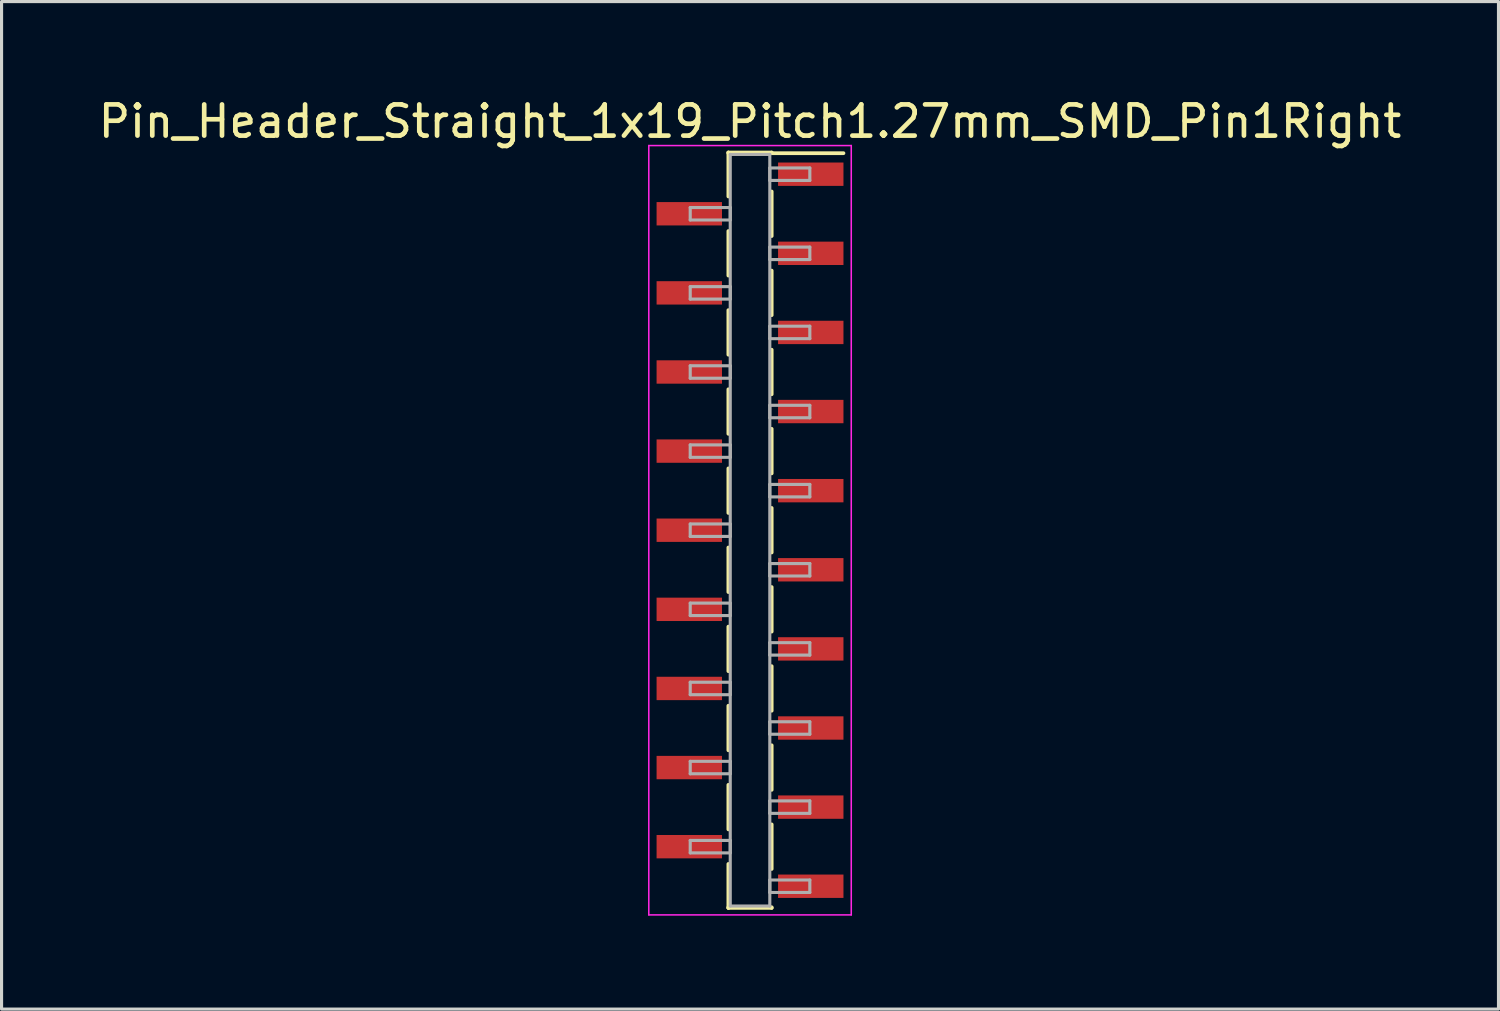
<source format=kicad_pcb>
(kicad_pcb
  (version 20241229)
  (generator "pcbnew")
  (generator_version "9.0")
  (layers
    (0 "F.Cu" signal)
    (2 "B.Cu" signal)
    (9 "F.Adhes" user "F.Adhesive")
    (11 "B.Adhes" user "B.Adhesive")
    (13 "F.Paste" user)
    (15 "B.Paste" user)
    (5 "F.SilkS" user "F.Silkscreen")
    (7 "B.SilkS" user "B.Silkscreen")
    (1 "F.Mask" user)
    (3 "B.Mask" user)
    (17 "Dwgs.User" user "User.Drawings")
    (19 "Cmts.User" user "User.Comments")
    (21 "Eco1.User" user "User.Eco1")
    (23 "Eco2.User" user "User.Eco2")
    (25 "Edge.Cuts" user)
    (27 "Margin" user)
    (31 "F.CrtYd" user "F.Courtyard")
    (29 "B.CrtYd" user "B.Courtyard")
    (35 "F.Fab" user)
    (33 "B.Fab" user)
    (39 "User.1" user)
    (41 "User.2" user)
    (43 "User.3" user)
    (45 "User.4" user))
  (footprint "Pin_Header_Straight_1x19_Pitch1.27mm_SMD_Pin1Right"
    (layer "F.Cu")
    (at 21.03 13.973)
    (property "Reference" "Pin_Header_Straight_1x19_Pitch1.27mm_SMD_Pin1Right" (at 0 -13.125 0) (layer "F.SilkS") (effects (font (size 1 1) (thickness 0.15))))
    (attr smd)
    (fp_line (start -0.695 -12.125) (end -0.695 -10.715) (stroke (width 0.12) (type solid)) (layer "F.SilkS"))
    (fp_line (start -0.695 -12.125) (end 0.695 -12.125) (stroke (width 0.12) (type solid)) (layer "F.SilkS"))
    (fp_line (start -0.695 -12.105) (end -0.695 -12.125) (stroke (width 0.12) (type solid)) (layer "F.SilkS"))
    (fp_line (start -0.695 -9.605) (end -0.695 -8.175) (stroke (width 0.12) (type solid)) (layer "F.SilkS"))
    (fp_line (start -0.695 -7.065) (end -0.695 -5.635) (stroke (width 0.12) (type solid)) (layer "F.SilkS"))
    (fp_line (start -0.695 -4.525) (end -0.695 -3.095) (stroke (width 0.12) (type solid)) (layer "F.SilkS"))
    (fp_line (start -0.695 -1.985) (end -0.695 -0.555) (stroke (width 0.12) (type solid)) (layer "F.SilkS"))
    (fp_line (start -0.695 0.555) (end -0.695 1.985) (stroke (width 0.12) (type solid)) (layer "F.SilkS"))
    (fp_line (start -0.695 3.095) (end -0.695 4.525) (stroke (width 0.12) (type solid)) (layer "F.SilkS"))
    (fp_line (start -0.695 5.635) (end -0.695 7.065) (stroke (width 0.12) (type solid)) (layer "F.SilkS"))
    (fp_line (start -0.695 8.175) (end -0.695 9.605) (stroke (width 0.12) (type solid)) (layer "F.SilkS"))
    (fp_line (start -0.695 10.715) (end -0.695 12.125) (stroke (width 0.12) (type solid)) (layer "F.SilkS"))
    (fp_line (start -0.695 12.105) (end -0.695 12.125) (stroke (width 0.12) (type solid)) (layer "F.SilkS"))
    (fp_line (start -0.695 12.125) (end 0.695 12.125) (stroke (width 0.12) (type solid)) (layer "F.SilkS"))
    (fp_line (start 0.695 -12.125) (end 0.695 -12.105) (stroke (width 0.12) (type solid)) (layer "F.SilkS"))
    (fp_line (start 0.695 -12.105) (end 3 -12.105) (stroke (width 0.12) (type solid)) (layer "F.SilkS"))
    (fp_line (start 0.695 -10.875) (end 0.695 -9.445) (stroke (width 0.12) (type solid)) (layer "F.SilkS"))
    (fp_line (start 0.695 -8.335) (end 0.695 -6.905) (stroke (width 0.12) (type solid)) (layer "F.SilkS"))
    (fp_line (start 0.695 -5.795) (end 0.695 -4.365) (stroke (width 0.12) (type solid)) (layer "F.SilkS"))
    (fp_line (start 0.695 -3.255) (end 0.695 -1.825) (stroke (width 0.12) (type solid)) (layer "F.SilkS"))
    (fp_line (start 0.695 -0.715) (end 0.695 0.715) (stroke (width 0.12) (type solid)) (layer "F.SilkS"))
    (fp_line (start 0.695 1.825) (end 0.695 3.255) (stroke (width 0.12) (type solid)) (layer "F.SilkS"))
    (fp_line (start 0.695 4.365) (end 0.695 5.795) (stroke (width 0.12) (type solid)) (layer "F.SilkS"))
    (fp_line (start 0.695 6.905) (end 0.695 8.335) (stroke (width 0.12) (type solid)) (layer "F.SilkS"))
    (fp_line (start 0.695 9.445) (end 0.695 10.875) (stroke (width 0.12) (type solid)) (layer "F.SilkS"))
    (fp_line (start 0.695 12.125) (end 0.695 12.105) (stroke (width 0.12) (type solid)) (layer "F.SilkS"))
    (fp_line (start -3.25 -12.35) (end -3.25 12.35) (stroke (width 0.05) (type solid)) (layer "F.CrtYd"))
    (fp_line (start -3.25 12.35) (end 3.25 12.35) (stroke (width 0.05) (type solid)) (layer "F.CrtYd"))
    (fp_line (start 3.25 -12.35) (end -3.25 -12.35) (stroke (width 0.05) (type solid)) (layer "F.CrtYd"))
    (fp_line (start 3.25 12.35) (end 3.25 -12.35) (stroke (width 0.05) (type solid)) (layer "F.CrtYd"))
    (fp_line (start -1.92 -10.36) (end -0.635 -10.36) (stroke (width 0.1) (type solid)) (layer "F.Fab"))
    (fp_line (start -1.92 -9.96) (end -1.92 -10.36) (stroke (width 0.1) (type solid)) (layer "F.Fab"))
    (fp_line (start -1.92 -7.82) (end -0.635 -7.82) (stroke (width 0.1) (type solid)) (layer "F.Fab"))
    (fp_line (start -1.92 -7.42) (end -1.92 -7.82) (stroke (width 0.1) (type solid)) (layer "F.Fab"))
    (fp_line (start -1.92 -5.28) (end -0.635 -5.28) (stroke (width 0.1) (type solid)) (layer "F.Fab"))
    (fp_line (start -1.92 -4.88) (end -1.92 -5.28) (stroke (width 0.1) (type solid)) (layer "F.Fab"))
    (fp_line (start -1.92 -2.74) (end -0.635 -2.74) (stroke (width 0.1) (type solid)) (layer "F.Fab"))
    (fp_line (start -1.92 -2.34) (end -1.92 -2.74) (stroke (width 0.1) (type solid)) (layer "F.Fab"))
    (fp_line (start -1.92 -0.2) (end -0.635 -0.2) (stroke (width 0.1) (type solid)) (layer "F.Fab"))
    (fp_line (start -1.92 0.2) (end -1.92 -0.2) (stroke (width 0.1) (type solid)) (layer "F.Fab"))
    (fp_line (start -1.92 2.34) (end -0.635 2.34) (stroke (width 0.1) (type solid)) (layer "F.Fab"))
    (fp_line (start -1.92 2.74) (end -1.92 2.34) (stroke (width 0.1) (type solid)) (layer "F.Fab"))
    (fp_line (start -1.92 4.88) (end -0.635 4.88) (stroke (width 0.1) (type solid)) (layer "F.Fab"))
    (fp_line (start -1.92 5.28) (end -1.92 4.88) (stroke (width 0.1) (type solid)) (layer "F.Fab"))
    (fp_line (start -1.92 7.42) (end -0.635 7.42) (stroke (width 0.1) (type solid)) (layer "F.Fab"))
    (fp_line (start -1.92 7.82) (end -1.92 7.42) (stroke (width 0.1) (type solid)) (layer "F.Fab"))
    (fp_line (start -1.92 9.96) (end -0.635 9.96) (stroke (width 0.1) (type solid)) (layer "F.Fab"))
    (fp_line (start -1.92 10.36) (end -1.92 9.96) (stroke (width 0.1) (type solid)) (layer "F.Fab"))
    (fp_line (start -0.635 -12.065) (end -0.635 12.065) (stroke (width 0.1) (type solid)) (layer "F.Fab"))
    (fp_line (start -0.635 -10.36) (end -0.635 -9.96) (stroke (width 0.1) (type solid)) (layer "F.Fab"))
    (fp_line (start -0.635 -9.96) (end -1.92 -9.96) (stroke (width 0.1) (type solid)) (layer "F.Fab"))
    (fp_line (start -0.635 -7.82) (end -0.635 -7.42) (stroke (width 0.1) (type solid)) (layer "F.Fab"))
    (fp_line (start -0.635 -7.42) (end -1.92 -7.42) (stroke (width 0.1) (type solid)) (layer "F.Fab"))
    (fp_line (start -0.635 -5.28) (end -0.635 -4.88) (stroke (width 0.1) (type solid)) (layer "F.Fab"))
    (fp_line (start -0.635 -4.88) (end -1.92 -4.88) (stroke (width 0.1) (type solid)) (layer "F.Fab"))
    (fp_line (start -0.635 -2.74) (end -0.635 -2.34) (stroke (width 0.1) (type solid)) (layer "F.Fab"))
    (fp_line (start -0.635 -2.34) (end -1.92 -2.34) (stroke (width 0.1) (type solid)) (layer "F.Fab"))
    (fp_line (start -0.635 -0.2) (end -0.635 0.2) (stroke (width 0.1) (type solid)) (layer "F.Fab"))
    (fp_line (start -0.635 0.2) (end -1.92 0.2) (stroke (width 0.1) (type solid)) (layer "F.Fab"))
    (fp_line (start -0.635 2.34) (end -0.635 2.74) (stroke (width 0.1) (type solid)) (layer "F.Fab"))
    (fp_line (start -0.635 2.74) (end -1.92 2.74) (stroke (width 0.1) (type solid)) (layer "F.Fab"))
    (fp_line (start -0.635 4.88) (end -0.635 5.28) (stroke (width 0.1) (type solid)) (layer "F.Fab"))
    (fp_line (start -0.635 5.28) (end -1.92 5.28) (stroke (width 0.1) (type solid)) (layer "F.Fab"))
    (fp_line (start -0.635 7.42) (end -0.635 7.82) (stroke (width 0.1) (type solid)) (layer "F.Fab"))
    (fp_line (start -0.635 7.82) (end -1.92 7.82) (stroke (width 0.1) (type solid)) (layer "F.Fab"))
    (fp_line (start -0.635 9.96) (end -0.635 10.36) (stroke (width 0.1) (type solid)) (layer "F.Fab"))
    (fp_line (start -0.635 10.36) (end -1.92 10.36) (stroke (width 0.1) (type solid)) (layer "F.Fab"))
    (fp_line (start -0.635 12.065) (end 0.635 12.065) (stroke (width 0.1) (type solid)) (layer "F.Fab"))
    (fp_line (start 0.635 -12.065) (end -0.635 -12.065) (stroke (width 0.1) (type solid)) (layer "F.Fab"))
    (fp_line (start 0.635 -11.63) (end 0.635 -11.23) (stroke (width 0.1) (type solid)) (layer "F.Fab"))
    (fp_line (start 0.635 -11.23) (end 1.92 -11.23) (stroke (width 0.1) (type solid)) (layer "F.Fab"))
    (fp_line (start 0.635 -9.09) (end 0.635 -8.69) (stroke (width 0.1) (type solid)) (layer "F.Fab"))
    (fp_line (start 0.635 -8.69) (end 1.92 -8.69) (stroke (width 0.1) (type solid)) (layer "F.Fab"))
    (fp_line (start 0.635 -6.55) (end 0.635 -6.15) (stroke (width 0.1) (type solid)) (layer "F.Fab"))
    (fp_line (start 0.635 -6.15) (end 1.92 -6.15) (stroke (width 0.1) (type solid)) (layer "F.Fab"))
    (fp_line (start 0.635 -4.01) (end 0.635 -3.61) (stroke (width 0.1) (type solid)) (layer "F.Fab"))
    (fp_line (start 0.635 -3.61) (end 1.92 -3.61) (stroke (width 0.1) (type solid)) (layer "F.Fab"))
    (fp_line (start 0.635 -1.47) (end 0.635 -1.07) (stroke (width 0.1) (type solid)) (layer "F.Fab"))
    (fp_line (start 0.635 -1.07) (end 1.92 -1.07) (stroke (width 0.1) (type solid)) (layer "F.Fab"))
    (fp_line (start 0.635 1.07) (end 0.635 1.47) (stroke (width 0.1) (type solid)) (layer "F.Fab"))
    (fp_line (start 0.635 1.47) (end 1.92 1.47) (stroke (width 0.1) (type solid)) (layer "F.Fab"))
    (fp_line (start 0.635 3.61) (end 0.635 4.01) (stroke (width 0.1) (type solid)) (layer "F.Fab"))
    (fp_line (start 0.635 4.01) (end 1.92 4.01) (stroke (width 0.1) (type solid)) (layer "F.Fab"))
    (fp_line (start 0.635 6.15) (end 0.635 6.55) (stroke (width 0.1) (type solid)) (layer "F.Fab"))
    (fp_line (start 0.635 6.55) (end 1.92 6.55) (stroke (width 0.1) (type solid)) (layer "F.Fab"))
    (fp_line (start 0.635 8.69) (end 0.635 9.09) (stroke (width 0.1) (type solid)) (layer "F.Fab"))
    (fp_line (start 0.635 9.09) (end 1.92 9.09) (stroke (width 0.1) (type solid)) (layer "F.Fab"))
    (fp_line (start 0.635 11.23) (end 0.635 11.63) (stroke (width 0.1) (type solid)) (layer "F.Fab"))
    (fp_line (start 0.635 11.63) (end 1.92 11.63) (stroke (width 0.1) (type solid)) (layer "F.Fab"))
    (fp_line (start 0.635 12.065) (end 0.635 -12.065) (stroke (width 0.1) (type solid)) (layer "F.Fab"))
    (fp_line (start 1.92 -11.63) (end 0.635 -11.63) (stroke (width 0.1) (type solid)) (layer "F.Fab"))
    (fp_line (start 1.92 -11.23) (end 1.92 -11.63) (stroke (width 0.1) (type solid)) (layer "F.Fab"))
    (fp_line (start 1.92 -9.09) (end 0.635 -9.09) (stroke (width 0.1) (type solid)) (layer "F.Fab"))
    (fp_line (start 1.92 -8.69) (end 1.92 -9.09) (stroke (width 0.1) (type solid)) (layer "F.Fab"))
    (fp_line (start 1.92 -6.55) (end 0.635 -6.55) (stroke (width 0.1) (type solid)) (layer "F.Fab"))
    (fp_line (start 1.92 -6.15) (end 1.92 -6.55) (stroke (width 0.1) (type solid)) (layer "F.Fab"))
    (fp_line (start 1.92 -4.01) (end 0.635 -4.01) (stroke (width 0.1) (type solid)) (layer "F.Fab"))
    (fp_line (start 1.92 -3.61) (end 1.92 -4.01) (stroke (width 0.1) (type solid)) (layer "F.Fab"))
    (fp_line (start 1.92 -1.47) (end 0.635 -1.47) (stroke (width 0.1) (type solid)) (layer "F.Fab"))
    (fp_line (start 1.92 -1.07) (end 1.92 -1.47) (stroke (width 0.1) (type solid)) (layer "F.Fab"))
    (fp_line (start 1.92 1.07) (end 0.635 1.07) (stroke (width 0.1) (type solid)) (layer "F.Fab"))
    (fp_line (start 1.92 1.47) (end 1.92 1.07) (stroke (width 0.1) (type solid)) (layer "F.Fab"))
    (fp_line (start 1.92 3.61) (end 0.635 3.61) (stroke (width 0.1) (type solid)) (layer "F.Fab"))
    (fp_line (start 1.92 4.01) (end 1.92 3.61) (stroke (width 0.1) (type solid)) (layer "F.Fab"))
    (fp_line (start 1.92 6.15) (end 0.635 6.15) (stroke (width 0.1) (type solid)) (layer "F.Fab"))
    (fp_line (start 1.92 6.55) (end 1.92 6.15) (stroke (width 0.1) (type solid)) (layer "F.Fab"))
    (fp_line (start 1.92 8.69) (end 0.635 8.69) (stroke (width 0.1) (type solid)) (layer "F.Fab"))
    (fp_line (start 1.92 9.09) (end 1.92 8.69) (stroke (width 0.1) (type solid)) (layer "F.Fab"))
    (fp_line (start 1.92 11.23) (end 0.635 11.23) (stroke (width 0.1) (type solid)) (layer "F.Fab"))
    (fp_line (start 1.92 11.63) (end 1.92 11.23) (stroke (width 0.1) (type solid)) (layer "F.Fab"))
    (pad "1" smd rect (at 1.95 -11.43) (size 2.1 0.75) (layers "F.Cu" "F.Mask"))
    (pad "2" smd rect (at -1.95 -10.16) (size 2.1 0.75) (layers "F.Cu" "F.Mask"))
    (pad "3" smd rect (at 1.95 -8.89) (size 2.1 0.75) (layers "F.Cu" "F.Mask"))
    (pad "4" smd rect (at -1.95 -7.62) (size 2.1 0.75) (layers "F.Cu" "F.Mask"))
    (pad "5" smd rect (at 1.95 -6.35) (size 2.1 0.75) (layers "F.Cu" "F.Mask"))
    (pad "6" smd rect (at -1.95 -5.08) (size 2.1 0.75) (layers "F.Cu" "F.Mask"))
    (pad "7" smd rect (at 1.95 -3.81) (size 2.1 0.75) (layers "F.Cu" "F.Mask"))
    (pad "8" smd rect (at -1.95 -2.54) (size 2.1 0.75) (layers "F.Cu" "F.Mask"))
    (pad "9" smd rect (at 1.95 -1.27) (size 2.1 0.75) (layers "F.Cu" "F.Mask"))
    (pad "10" smd rect (at -1.95 0) (size 2.1 0.75) (layers "F.Cu" "F.Mask"))
    (pad "11" smd rect (at 1.95 1.27) (size 2.1 0.75) (layers "F.Cu" "F.Mask"))
    (pad "12" smd rect (at -1.95 2.54) (size 2.1 0.75) (layers "F.Cu" "F.Mask"))
    (pad "13" smd rect (at 1.95 3.81) (size 2.1 0.75) (layers "F.Cu" "F.Mask"))
    (pad "14" smd rect (at -1.95 5.08) (size 2.1 0.75) (layers "F.Cu" "F.Mask"))
    (pad "15" smd rect (at 1.95 6.35) (size 2.1 0.75) (layers "F.Cu" "F.Mask"))
    (pad "16" smd rect (at -1.95 7.62) (size 2.1 0.75) (layers "F.Cu" "F.Mask"))
    (pad "17" smd rect (at 1.95 8.89) (size 2.1 0.75) (layers "F.Cu" "F.Mask"))
    (pad "18" smd rect (at -1.95 10.16) (size 2.1 0.75) (layers "F.Cu" "F.Mask"))
    (pad "19" smd rect (at 1.95 11.43) (size 2.1 0.75) (layers "F.Cu" "F.Mask")))
  (gr_rect
    (start -3 -3)
    (end 45.06 29.348)
    (stroke (width 0.1) (type default))
    (fill no)
    (layer "Edge.Cuts")))
</source>
